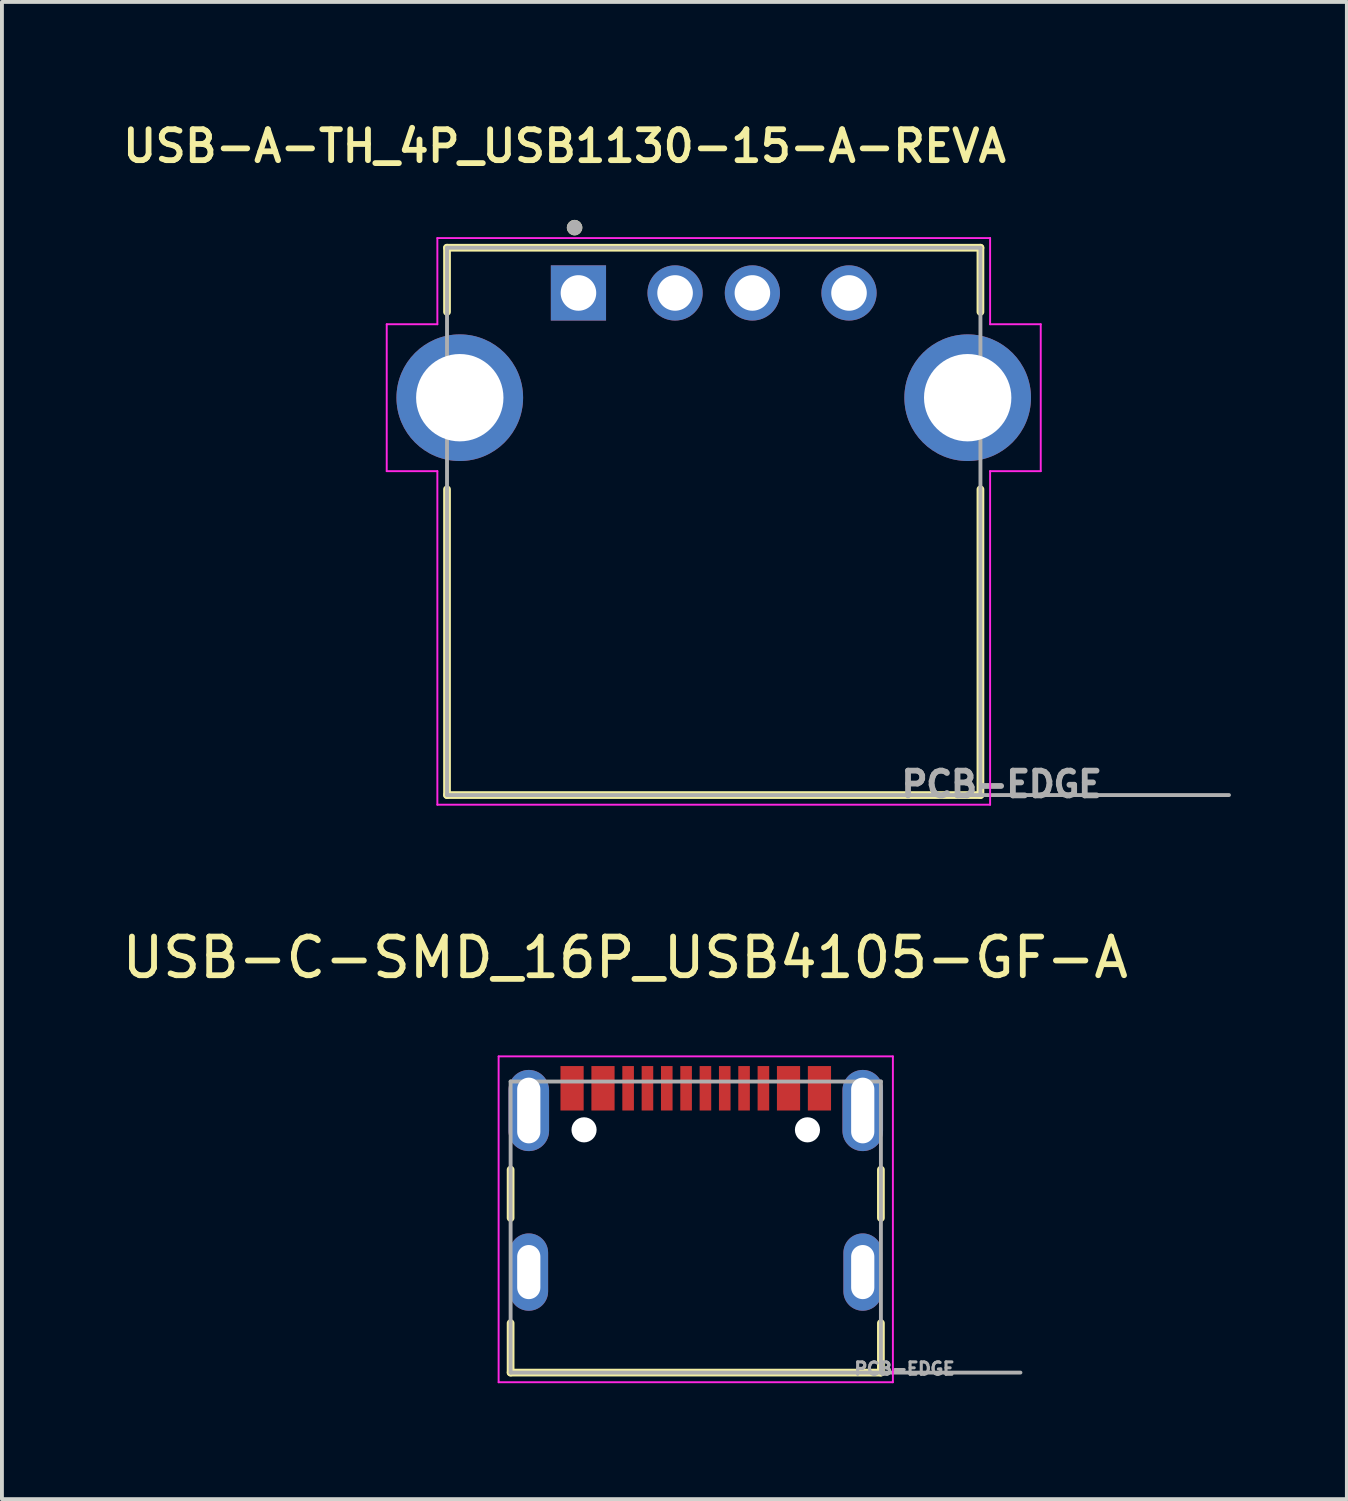
<source format=kicad_pcb>
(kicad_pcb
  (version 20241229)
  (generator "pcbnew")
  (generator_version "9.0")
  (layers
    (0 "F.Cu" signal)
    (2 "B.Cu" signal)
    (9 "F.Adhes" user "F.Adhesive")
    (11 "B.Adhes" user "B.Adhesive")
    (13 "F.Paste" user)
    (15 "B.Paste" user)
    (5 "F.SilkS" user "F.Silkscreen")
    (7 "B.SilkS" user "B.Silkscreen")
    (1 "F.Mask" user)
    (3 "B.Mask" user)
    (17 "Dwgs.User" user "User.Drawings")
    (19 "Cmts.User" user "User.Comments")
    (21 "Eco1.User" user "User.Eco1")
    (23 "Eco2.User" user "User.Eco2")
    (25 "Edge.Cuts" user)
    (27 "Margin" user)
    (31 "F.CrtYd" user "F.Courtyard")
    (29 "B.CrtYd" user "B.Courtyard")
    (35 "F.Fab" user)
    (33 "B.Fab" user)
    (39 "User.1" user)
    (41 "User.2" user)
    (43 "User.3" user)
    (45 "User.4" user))
  (footprint "USB-C-SMD_16P_USB4105-GF-A"
    (layer "F.Cu")
    (at 14.95 29.86)
    (property "Reference" "USB-C-SMD_16P_USB4105-GF-A" (at -1.825 -8.135 0) (layer "F.SilkS") (effects (font (size 1 1) (thickness 0.15))))
    (attr through_hole)
    (fp_line (start -4.79 -2.65) (end -4.79 -1.4) (stroke (width 0.2) (type solid)) (layer "F.SilkS"))
    (fp_line (start -4.79 1.32) (end -4.79 2.6) (stroke (width 0.2) (type solid)) (layer "F.SilkS"))
    (fp_line (start -4.79 2.6) (end 4.79 2.6) (stroke (width 0.2) (type solid)) (layer "F.SilkS"))
    (fp_line (start 4.79 -2.65) (end 4.79 -1.4) (stroke (width 0.2) (type solid)) (layer "F.SilkS"))
    (fp_line (start 4.79 2.6) (end 4.79 1.32) (stroke (width 0.2) (type solid)) (layer "F.SilkS"))
    (fp_line (start -5.1 -5.58) (end -5.1 2.85) (stroke (width 0.05) (type solid)) (layer "F.CrtYd"))
    (fp_line (start -5.1 2.85) (end 5.1 2.85) (stroke (width 0.05) (type solid)) (layer "F.CrtYd"))
    (fp_line (start 5.1 -5.58) (end -5.1 -5.58) (stroke (width 0.05) (type solid)) (layer "F.CrtYd"))
    (fp_line (start 5.1 2.85) (end 5.1 -5.58) (stroke (width 0.05) (type solid)) (layer "F.CrtYd"))
    (fp_line (start -4.79 -4.93) (end 4.79 -4.93) (stroke (width 0.1) (type solid)) (layer "F.Fab"))
    (fp_line (start -4.79 2.6) (end -4.79 -4.93) (stroke (width 0.1) (type solid)) (layer "F.Fab"))
    (fp_line (start 4.79 -4.93) (end 4.79 2.6) (stroke (width 0.1) (type solid)) (layer "F.Fab"))
    (fp_line (start 4.79 2.6) (end -4.79 2.6) (stroke (width 0.1) (type solid)) (layer "F.Fab"))
    (fp_line (start 4.8 2.6) (end 8.4 2.6) (stroke (width 0.1) (type solid)) (layer "F.Fab"))
    (fp_text user "PCB-EDGE" (at 5.4 2.5 0) (layer "F.Fab") (effects (font (size 0.32 0.32) (thickness 0.15))))
    (pad "" np_thru_hole circle (at -2.89 -3.68) (size 0.65 0.65) (drill 0.65) (layers "*.Cu" "*.Mask"))
    (pad "" np_thru_hole circle (at 2.89 -3.68) (size 0.65 0.65) (drill 0.65) (layers "*.Cu" "*.Mask"))
    (pad "A1_B12" smd rect (at -3.2 -4.755) (size 0.6 1.15) (layers "F.Cu" "F.Mask" "F.Paste"))
    (pad "A4_B9" smd rect (at -2.4 -4.755) (size 0.6 1.15) (layers "F.Cu" "F.Mask" "F.Paste"))
    (pad "A5" smd rect (at -1.25 -4.755) (size 0.3 1.15) (layers "F.Cu" "F.Mask" "F.Paste"))
    (pad "A6" smd rect (at -0.25 -4.755) (size 0.3 1.15) (layers "F.Cu" "F.Mask" "F.Paste"))
    (pad "A7" smd rect (at 0.25 -4.755) (size 0.3 1.15) (layers "F.Cu" "F.Mask" "F.Paste"))
    (pad "A8" smd rect (at 1.25 -4.755) (size 0.3 1.15) (layers "F.Cu" "F.Mask" "F.Paste"))
    (pad "B1_A12" smd rect (at 3.2 -4.755) (size 0.6 1.15) (layers "F.Cu" "F.Mask" "F.Paste"))
    (pad "B4_A9" smd rect (at 2.4 -4.755) (size 0.6 1.15) (layers "F.Cu" "F.Mask" "F.Paste"))
    (pad "B5" smd rect (at 1.75 -4.755) (size 0.3 1.15) (layers "F.Cu" "F.Mask" "F.Paste"))
    (pad "B6" smd rect (at 0.75 -4.755) (size 0.3 1.15) (layers "F.Cu" "F.Mask" "F.Paste"))
    (pad "B7" smd rect (at -0.75 -4.755) (size 0.3 1.15) (layers "F.Cu" "F.Mask" "F.Paste"))
    (pad "B8" smd rect (at -1.75 -4.755) (size 0.3 1.15) (layers "F.Cu" "F.Mask" "F.Paste"))
    (pad "S1" thru_hole oval (at -4.32 -4.18) (size 1.05 2.1) (drill oval 0.6 1.7) (layers "*.Cu" "*.Mask"))
    (pad "S2" thru_hole oval (at -4.32 0) (size 1 2) (drill oval 0.6 1.4) (layers "*.Cu" "*.Mask"))
    (pad "S3" thru_hole oval (at 4.32 0) (size 1 2) (drill oval 0.6 1.4) (layers "*.Cu" "*.Mask"))
    (pad "S4" thru_hole oval (at 4.32 -4.18) (size 1.05 2.1) (drill oval 0.6 1.7) (layers "*.Cu" "*.Mask")))
  (footprint "USB-A-TH_4P_USB1130-15-A-REVA"
    (layer "F.Cu")
    (at 15.415 7.239)
    (property "Reference" "USB-A-TH_4P_USB1130-15-A-REVA" (at -3.86 -6.508 0) (layer "F.SilkS") (effects (font (size 0.8 0.8) (thickness 0.15))))
    (attr through_hole)
    (fp_line (start -6.9 -3.88) (end -6.9 -2.22) (stroke (width 0.2) (type solid)) (layer "F.SilkS"))
    (fp_line (start -6.9 2.37) (end -6.9 10.28) (stroke (width 0.2) (type solid)) (layer "F.SilkS"))
    (fp_line (start -6.9 10.28) (end 6.9 10.28) (stroke (width 0.2) (type solid)) (layer "F.SilkS"))
    (fp_line (start 6.9 -3.88) (end -6.9 -3.88) (stroke (width 0.2) (type solid)) (layer "F.SilkS"))
    (fp_line (start 6.9 -3.88) (end 6.9 -2.22) (stroke (width 0.2) (type solid)) (layer "F.SilkS"))
    (fp_line (start 6.9 2.37) (end 6.9 10.28) (stroke (width 0.2) (type solid)) (layer "F.SilkS"))
    (fp_circle (center -3.6 -4.4) (end -3.5 -4.4) (stroke (width 0.2) (type solid)) (fill no) (layer "F.SilkS"))
    (fp_line (start -8.46 -1.9) (end -7.15 -1.9) (stroke (width 0.05) (type solid)) (layer "F.CrtYd"))
    (fp_line (start -8.46 1.9) (end -8.46 -1.9) (stroke (width 0.05) (type solid)) (layer "F.CrtYd"))
    (fp_line (start -7.15 -4.13) (end 7.15 -4.13) (stroke (width 0.05) (type solid)) (layer "F.CrtYd"))
    (fp_line (start -7.15 -1.9) (end -7.15 -4.13) (stroke (width 0.05) (type solid)) (layer "F.CrtYd"))
    (fp_line (start -7.15 1.9) (end -8.46 1.9) (stroke (width 0.05) (type solid)) (layer "F.CrtYd"))
    (fp_line (start -7.15 10.53) (end -7.15 1.9) (stroke (width 0.05) (type solid)) (layer "F.CrtYd"))
    (fp_line (start 7.15 -4.13) (end 7.15 -1.9) (stroke (width 0.05) (type solid)) (layer "F.CrtYd"))
    (fp_line (start 7.15 -1.9) (end 8.46 -1.9) (stroke (width 0.05) (type solid)) (layer "F.CrtYd"))
    (fp_line (start 7.15 1.9) (end 7.15 10.53) (stroke (width 0.05) (type solid)) (layer "F.CrtYd"))
    (fp_line (start 7.15 10.53) (end -7.15 10.53) (stroke (width 0.05) (type solid)) (layer "F.CrtYd"))
    (fp_line (start 8.46 -1.9) (end 8.46 1.9) (stroke (width 0.05) (type solid)) (layer "F.CrtYd"))
    (fp_line (start 8.46 1.9) (end 7.15 1.9) (stroke (width 0.05) (type solid)) (layer "F.CrtYd"))
    (fp_line (start -6.9 -3.88) (end -6.9 10.28) (stroke (width 0.1) (type solid)) (layer "F.Fab"))
    (fp_line (start -6.9 10.28) (end 6.9 10.28) (stroke (width 0.1) (type solid)) (layer "F.Fab"))
    (fp_line (start 6.9 -3.88) (end -6.9 -3.88) (stroke (width 0.1) (type solid)) (layer "F.Fab"))
    (fp_line (start 6.9 10.28) (end 6.9 -3.88) (stroke (width 0.1) (type solid)) (layer "F.Fab"))
    (fp_line (start 6.9 10.28) (end 13.33 10.28) (stroke (width 0.1) (type solid)) (layer "F.Fab"))
    (fp_circle (center -3.6 -4.4) (end -3.5 -4.4) (stroke (width 0.2) (type solid)) (fill no) (layer "F.Fab"))
    (fp_text user "PCB-EDGE" (at 7.45 10 0) (layer "F.Fab") (effects (font (size 0.64 0.64) (thickness 0.15))))
    (pad "1" thru_hole rect (at -3.5 -2.71) (size 1.428 1.428) (drill 0.92) (layers "*.Cu" "*.Mask"))
    (pad "2" thru_hole circle (at -1 -2.71) (size 1.428 1.428) (drill 0.92) (layers "*.Cu" "*.Mask"))
    (pad "3" thru_hole circle (at 1 -2.71) (size 1.428 1.428) (drill 0.92) (layers "*.Cu" "*.Mask"))
    (pad "4" thru_hole circle (at 3.5 -2.71) (size 1.428 1.428) (drill 0.92) (layers "*.Cu" "*.Mask"))
    (pad "S1" thru_hole circle (at -6.57 0) (size 3.276 3.276) (drill 2.26) (layers "*.Cu" "*.Mask"))
    (pad "S2" thru_hole circle (at 6.57 0) (size 3.276 3.276) (drill 2.26) (layers "*.Cu" "*.Mask")))
  (gr_rect
    (start -3 -3)
    (end 31.795 35.735)
    (stroke (width 0.1) (type default))
    (fill no)
    (layer "Edge.Cuts")))
</source>
